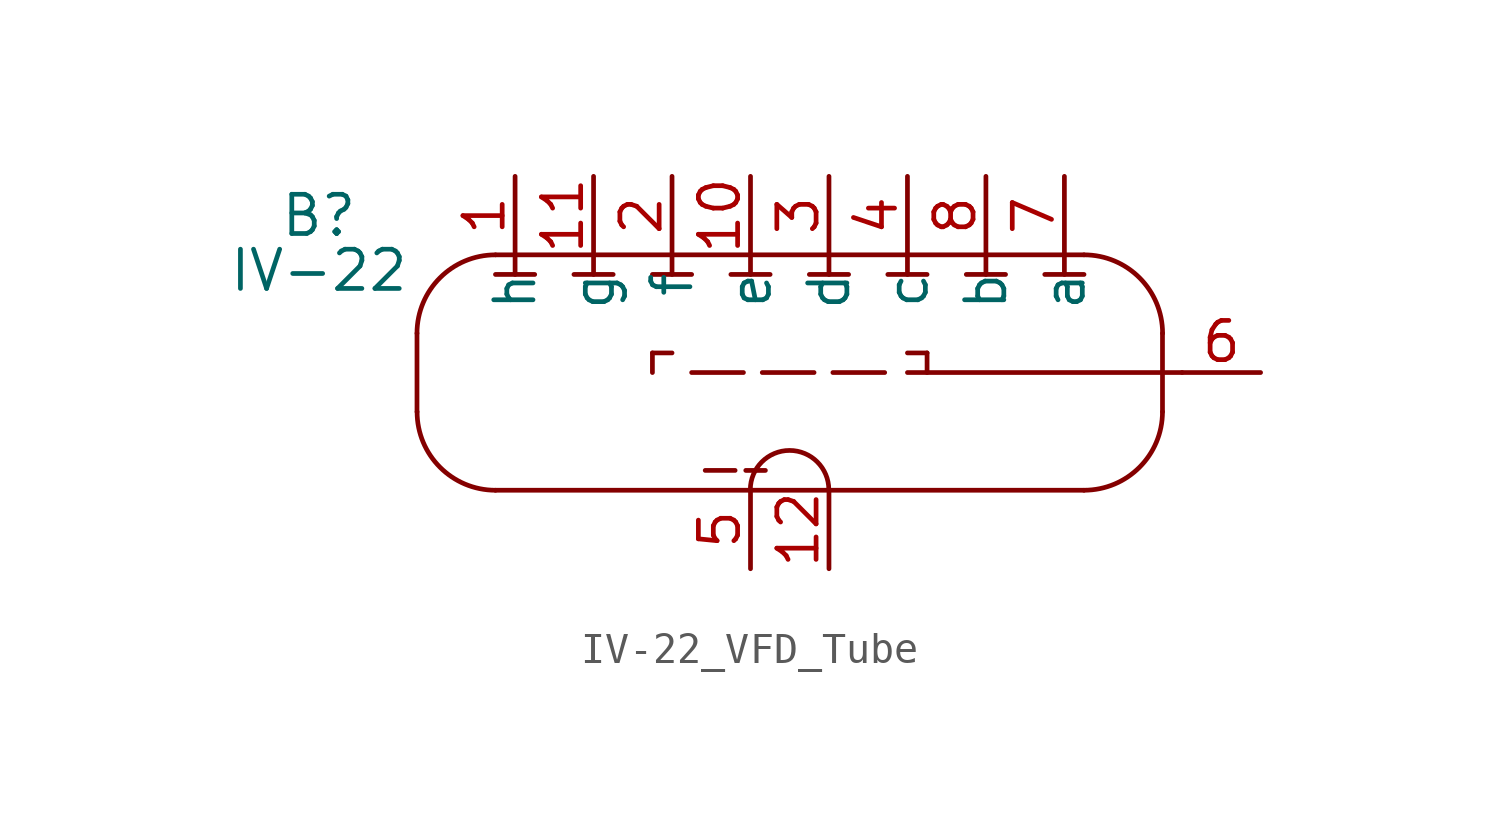
<source format=kicad_sym>
(kicad_symbol_lib
  (version 20241209)
  (generator "kicad_symbol_editor")
  (generator_version "9.0")
  (symbol "IV-22_VFD_Tube"
    (property "Reference" "B"
      (at -15.24 5.08 0)
      (effects (font (size 1.27 1.27))))
    (property "Value" "IV-22"
      (at -15.24 3.302 0)
      (effects (font (size 1.27 1.27))))
    (symbol "IV-22_VFD_Tube_0_1"
      (polyline (pts (xy -12.065 1.27) (xy -12.065 -1.27)) (stroke (width 0) (type default)) (fill (type none)))
      (arc (start -12.065 1.27) (mid -11.3211 3.0661) (end -9.525 3.81) (stroke (width 0) (type default)) (fill (type none)))
      (arc (start -9.525 -3.81) (mid -11.3211 -3.0661) (end -12.065 -1.27) (stroke (width 0) (type default)) (fill (type none)))
      (polyline (pts (xy -9.525 3.175) (xy -8.255 3.175)) (stroke (width 0) (type default)) (fill (type none)))
      (polyline (pts (xy -8.89 3.81) (xy -8.89 3.175)) (stroke (width 0) (type default)) (fill (type none)))
      (polyline (pts (xy -6.985 3.175) (xy -5.715 3.175)) (stroke (width 0) (type default)) (fill (type none)))
      (polyline (pts (xy -6.35 3.81) (xy -6.35 3.175)) (stroke (width 0) (type default)) (fill (type none)))
      (polyline (pts (xy -4.445 3.175) (xy -3.175 3.175)) (stroke (width 0) (type default)) (fill (type none)))
      (polyline (pts (xy -4.445 0) (xy -4.445 0.635)) (stroke (width 0) (type default)) (fill (type none)))
      (polyline (pts (xy -3.81 3.81) (xy -3.81 3.175)) (stroke (width 0) (type default)) (fill (type none)))
      (polyline (pts (xy -3.81 0.635) (xy -4.445 0.635)) (stroke (width 0) (type default)) (fill (type none)))
      (polyline (pts (xy -1.905 3.175) (xy -0.635 3.175)) (stroke (width 0) (type default)) (fill (type none)))
      (polyline (pts (xy -1.27 3.81) (xy -1.27 3.175)) (stroke (width 0) (type default)) (fill (type none)))
      (polyline (pts (xy -0.788 -3.168) (xy -1.423 -3.168)) (stroke (width 0) (type default)) (fill (type none)))
      (arc (start -1.2756 -3.7913) (mid -0.0056 -2.5213) (end 1.2644 -3.7913) (stroke (width 0) (type default)) (fill (type none)))
      (polyline (pts (xy 0.635 3.175) (xy 1.905 3.175)) (stroke (width 0) (type default)) (fill (type none)))
      (polyline (pts (xy 1.27 3.81) (xy 1.27 3.175)) (stroke (width 0) (type default)) (fill (type none)))
      (polyline (pts (xy 3.175 3.175) (xy 4.445 3.175)) (stroke (width 0) (type default)) (fill (type none)))
      (polyline (pts (xy 3.81 3.81) (xy 3.81 3.175)) (stroke (width 0) (type default)) (fill (type none)))
      (polyline (pts (xy 3.81 0.635) (xy 4.445 0.635)) (stroke (width 0) (type default)) (fill (type none)))
      (polyline (pts (xy 4.445 0) (xy 4.445 0.635)) (stroke (width 0) (type default)) (fill (type none)))
      (polyline (pts (xy 5.715 3.175) (xy 6.985 3.175)) (stroke (width 0) (type default)) (fill (type none)))
      (polyline (pts (xy 6.35 3.81) (xy 6.35 3.175)) (stroke (width 0) (type default)) (fill (type none)))
      (polyline (pts (xy 8.255 3.175) (xy 9.525 3.175)) (stroke (width 0) (type default)) (fill (type none)))
      (polyline (pts (xy 8.89 3.81) (xy 8.89 3.175)) (stroke (width 0) (type default)) (fill (type none)))
      (polyline (pts (xy 9.525 3.81) (xy -9.525 3.81)) (stroke (width 0) (type default)) (fill (type none)))
      (arc (start 9.525 3.81) (mid 11.3211 3.0661) (end 12.065 1.27) (stroke (width 0) (type default)) (fill (type none)))
      (arc (start 12.065 -1.27) (mid 11.3211 -3.0661) (end 9.525 -3.81) (stroke (width 0) (type default)) (fill (type none)))
      (polyline (pts (xy 9.525 -3.81) (xy -9.525 -3.81)) (stroke (width 0) (type default)) (fill (type none)))
      (polyline (pts (xy 12.065 -1.27) (xy 12.065 1.27)) (stroke (width 0) (type default)) (fill (type none)))
      (polyline (pts (xy 12.7 0) (xy 3.81 0)) (stroke (width 0) (type default)) (fill (type none))))
    (symbol "IV-22_VFD_Tube_1_1"
      (polyline (pts (xy -3.175 0) (xy 3.175 0)) (stroke (width 0) (type dash)) (fill (type none)))
      (text "-" (at -2.252 -3.072 0) (effects (font (size 1.27 1.27))))
      (pin input line (at -14.605 -0.635 0) (length 2.54) (hide yes) (name "" (effects (font (size 1.27 1.27)))) (number "9" (effects (font (size 1.27 1.27)))))
      (pin input line (at -8.89 6.35 270) (length 2.54) (name "h" (effects (font (size 1.27 1.27)))) (number "1" (effects (font (size 1.27 1.27)))))
      (pin input line (at -6.35 6.35 270) (length 2.54) (name "g" (effects (font (size 1.27 1.27)))) (number "11" (effects (font (size 1.27 1.27)))))
      (pin input line (at -3.81 6.35 270) (length 2.54) (name "f" (effects (font (size 1.27 1.27)))) (number "2" (effects (font (size 1.27 1.27)))))
      (pin input line (at -1.27 6.35 270) (length 2.54) (name "e" (effects (font (size 1.27 1.27)))) (number "10" (effects (font (size 1.27 1.27)))))
      (pin input line (at -1.27 -6.35 90) (length 2.54) (name "" (effects (font (size 1.27 1.27)))) (number "5" (effects (font (size 1.27 1.27)))))
      (pin input line (at 1.27 6.35 270) (length 2.54) (name "d" (effects (font (size 1.27 1.27)))) (number "3" (effects (font (size 1.27 1.27)))))
      (pin input line (at 1.27 -6.35 90) (length 2.54) (name "" (effects (font (size 1.27 1.27)))) (number "12" (effects (font (size 1.27 1.27)))))
      (pin input line (at 3.81 6.35 270) (length 2.54) (name "c" (effects (font (size 1.27 1.27)))) (number "4" (effects (font (size 1.27 1.27)))))
      (pin input line (at 6.35 6.35 270) (length 2.54) (name "b" (effects (font (size 1.27 1.27)))) (number "8" (effects (font (size 1.27 1.27)))))
      (pin input line (at 8.89 6.35 270) (length 2.54) (name "a" (effects (font (size 1.27 1.27)))) (number "7" (effects (font (size 1.27 1.27)))))
      (pin input line (at 15.24 0 180) (length 2.54) (name "" (effects (font (size 1.27 1.27)))) (number "6" (effects (font (size 1.27 1.27))))))))
</source>
